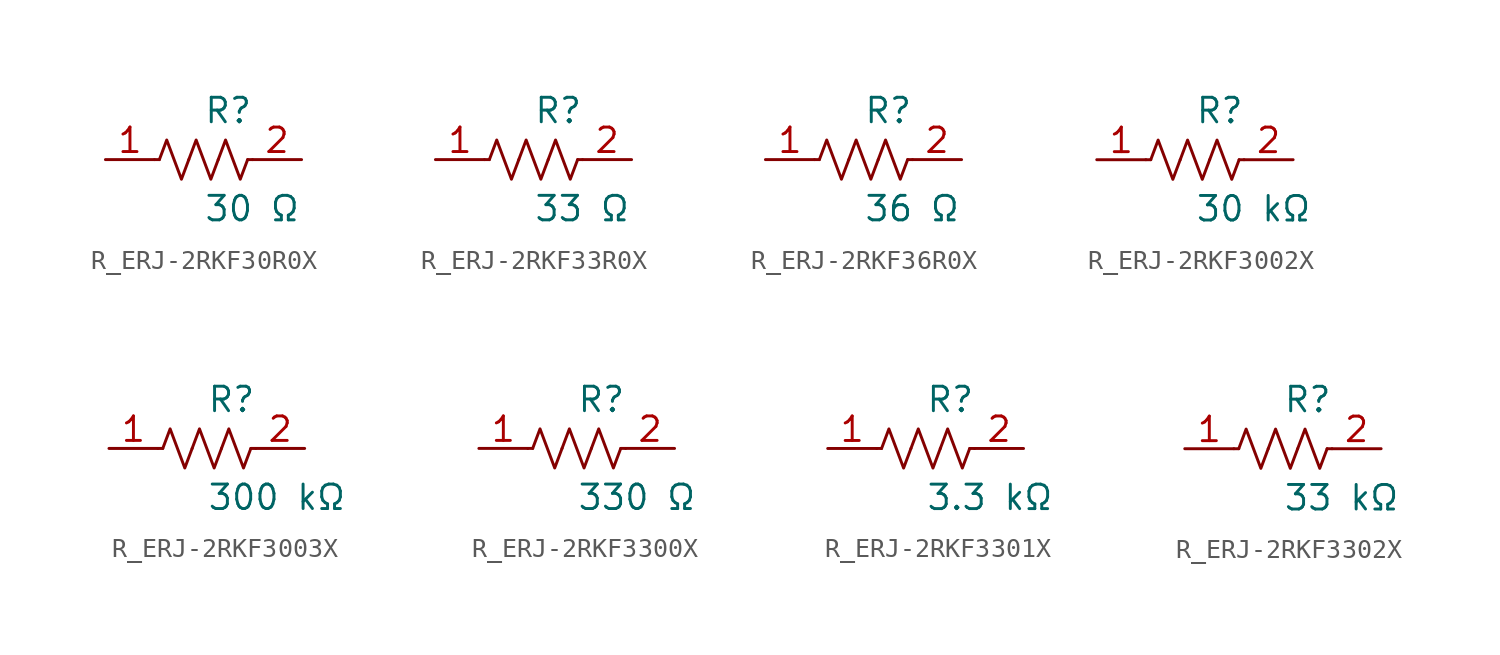
<source format=kicad_sym>
(kicad_symbol_lib
  (version 20231120)
  (generator kicad_symbol_editor)
  (generator_version 8.0)
  (symbol "R_ERJ-2RKF30R0X"
    (pin_names
      (offset 0.254))
    (property "Reference" "R"
      (at 0.0 2.54 0)
      (effects (font (size 1.27 1.27)) (justify left)))
    (property "Value" "30 Ω"
      (at 0.0 -2.54 0)
      (effects (font (size 1.27 1.27)) (justify left)))
    (symbol "R_ERJ-2RKF30R0X_0_1"
      (polyline (pts (xy 2.286 0) (xy 2.54 0)) (stroke (width 0) (type default)) (fill (type none)))
      (polyline (pts (xy -2.286 0) (xy -2.54 0)) (stroke (width 0) (type default)) (fill (type none)))
      (polyline (pts (xy 0.762 0) (xy 1.143 1.016) (xy 1.524 0) (xy 1.905 -1.016) (xy 2.286 0)) (stroke (width 0) (type default)) (fill (type none)))
      (polyline (pts (xy -0.762 0) (xy -0.381 1.016) (xy 0 0) (xy 0.381 -1.016) (xy 0.762 0)) (stroke (width 0) (type default)) (fill (type none)))
      (polyline (pts (xy -2.286 0) (xy -1.905 1.016) (xy -1.524 0) (xy -1.143 -1.016) (xy -0.762 0)) (stroke (width 0) (type default)) (fill (type none))))
    (pin unspecified line
      (at -5.08 0 0)
      (length 2.54)
      (name "" (effects (font (size 1.27 1.27))))
      (number "1" (effects (font (size 1.27 1.27)))))
    (pin unspecified line
      (at 5.08 0 180)
      (length 2.54)
      (name "" (effects (font (size 1.27 1.27))))
      (number "2" (effects (font (size 1.27 1.27))))))
  (symbol "R_ERJ-2RKF33R0X"
    (pin_names
      (offset 0.254))
    (property "Reference" "R"
      (at 0.0 2.54 0)
      (effects (font (size 1.27 1.27)) (justify left)))
    (property "Value" "33 Ω"
      (at 0.0 -2.54 0)
      (effects (font (size 1.27 1.27)) (justify left)))
    (symbol "R_ERJ-2RKF33R0X_0_1"
      (polyline (pts (xy 2.286 0) (xy 2.54 0)) (stroke (width 0) (type default)) (fill (type none)))
      (polyline (pts (xy -2.286 0) (xy -2.54 0)) (stroke (width 0) (type default)) (fill (type none)))
      (polyline (pts (xy 0.762 0) (xy 1.143 1.016) (xy 1.524 0) (xy 1.905 -1.016) (xy 2.286 0)) (stroke (width 0) (type default)) (fill (type none)))
      (polyline (pts (xy -0.762 0) (xy -0.381 1.016) (xy 0 0) (xy 0.381 -1.016) (xy 0.762 0)) (stroke (width 0) (type default)) (fill (type none)))
      (polyline (pts (xy -2.286 0) (xy -1.905 1.016) (xy -1.524 0) (xy -1.143 -1.016) (xy -0.762 0)) (stroke (width 0) (type default)) (fill (type none))))
    (pin unspecified line
      (at -5.08 0 0)
      (length 2.54)
      (name "" (effects (font (size 1.27 1.27))))
      (number "1" (effects (font (size 1.27 1.27)))))
    (pin unspecified line
      (at 5.08 0 180)
      (length 2.54)
      (name "" (effects (font (size 1.27 1.27))))
      (number "2" (effects (font (size 1.27 1.27))))))
  (symbol "R_ERJ-2RKF36R0X"
    (pin_names
      (offset 0.254))
    (property "Reference" "R"
      (at 0.0 2.54 0)
      (effects (font (size 1.27 1.27)) (justify left)))
    (property "Value" "36 Ω"
      (at 0.0 -2.54 0)
      (effects (font (size 1.27 1.27)) (justify left)))
    (symbol "R_ERJ-2RKF36R0X_0_1"
      (polyline (pts (xy 2.286 0) (xy 2.54 0)) (stroke (width 0) (type default)) (fill (type none)))
      (polyline (pts (xy -2.286 0) (xy -2.54 0)) (stroke (width 0) (type default)) (fill (type none)))
      (polyline (pts (xy 0.762 0) (xy 1.143 1.016) (xy 1.524 0) (xy 1.905 -1.016) (xy 2.286 0)) (stroke (width 0) (type default)) (fill (type none)))
      (polyline (pts (xy -0.762 0) (xy -0.381 1.016) (xy 0 0) (xy 0.381 -1.016) (xy 0.762 0)) (stroke (width 0) (type default)) (fill (type none)))
      (polyline (pts (xy -2.286 0) (xy -1.905 1.016) (xy -1.524 0) (xy -1.143 -1.016) (xy -0.762 0)) (stroke (width 0) (type default)) (fill (type none))))
    (pin unspecified line
      (at -5.08 0 0)
      (length 2.54)
      (name "" (effects (font (size 1.27 1.27))))
      (number "1" (effects (font (size 1.27 1.27)))))
    (pin unspecified line
      (at 5.08 0 180)
      (length 2.54)
      (name "" (effects (font (size 1.27 1.27))))
      (number "2" (effects (font (size 1.27 1.27))))))
  (symbol "R_ERJ-2RKF3002X"
    (pin_names
      (offset 0.254))
    (property "Reference" "R"
      (at 0.0 2.54 0)
      (effects (font (size 1.27 1.27)) (justify left)))
    (property "Value" "30 kΩ"
      (at 0.0 -2.54 0)
      (effects (font (size 1.27 1.27)) (justify left)))
    (symbol "R_ERJ-2RKF3002X_0_1"
      (polyline (pts (xy 2.286 0) (xy 2.54 0)) (stroke (width 0) (type default)) (fill (type none)))
      (polyline (pts (xy -2.286 0) (xy -2.54 0)) (stroke (width 0) (type default)) (fill (type none)))
      (polyline (pts (xy 0.762 0) (xy 1.143 1.016) (xy 1.524 0) (xy 1.905 -1.016) (xy 2.286 0)) (stroke (width 0) (type default)) (fill (type none)))
      (polyline (pts (xy -0.762 0) (xy -0.381 1.016) (xy 0 0) (xy 0.381 -1.016) (xy 0.762 0)) (stroke (width 0) (type default)) (fill (type none)))
      (polyline (pts (xy -2.286 0) (xy -1.905 1.016) (xy -1.524 0) (xy -1.143 -1.016) (xy -0.762 0)) (stroke (width 0) (type default)) (fill (type none))))
    (pin unspecified line
      (at -5.08 0 0)
      (length 2.54)
      (name "" (effects (font (size 1.27 1.27))))
      (number "1" (effects (font (size 1.27 1.27)))))
    (pin unspecified line
      (at 5.08 0 180)
      (length 2.54)
      (name "" (effects (font (size 1.27 1.27))))
      (number "2" (effects (font (size 1.27 1.27))))))
  (symbol "R_ERJ-2RKF3003X"
    (pin_names
      (offset 0.254))
    (property "Reference" "R"
      (at 0.0 2.54 0)
      (effects (font (size 1.27 1.27)) (justify left)))
    (property "Value" "300 kΩ"
      (at 0.0 -2.54 0)
      (effects (font (size 1.27 1.27)) (justify left)))
    (symbol "R_ERJ-2RKF3003X_0_1"
      (polyline (pts (xy 2.286 0) (xy 2.54 0)) (stroke (width 0) (type default)) (fill (type none)))
      (polyline (pts (xy -2.286 0) (xy -2.54 0)) (stroke (width 0) (type default)) (fill (type none)))
      (polyline (pts (xy 0.762 0) (xy 1.143 1.016) (xy 1.524 0) (xy 1.905 -1.016) (xy 2.286 0)) (stroke (width 0) (type default)) (fill (type none)))
      (polyline (pts (xy -0.762 0) (xy -0.381 1.016) (xy 0 0) (xy 0.381 -1.016) (xy 0.762 0)) (stroke (width 0) (type default)) (fill (type none)))
      (polyline (pts (xy -2.286 0) (xy -1.905 1.016) (xy -1.524 0) (xy -1.143 -1.016) (xy -0.762 0)) (stroke (width 0) (type default)) (fill (type none))))
    (pin unspecified line
      (at -5.08 0 0)
      (length 2.54)
      (name "" (effects (font (size 1.27 1.27))))
      (number "1" (effects (font (size 1.27 1.27)))))
    (pin unspecified line
      (at 5.08 0 180)
      (length 2.54)
      (name "" (effects (font (size 1.27 1.27))))
      (number "2" (effects (font (size 1.27 1.27))))))
  (symbol "R_ERJ-2RKF3300X"
    (pin_names
      (offset 0.254))
    (property "Reference" "R"
      (at 0.0 2.54 0)
      (effects (font (size 1.27 1.27)) (justify left)))
    (property "Value" "330 Ω"
      (at 0.0 -2.54 0)
      (effects (font (size 1.27 1.27)) (justify left)))
    (symbol "R_ERJ-2RKF3300X_0_1"
      (polyline (pts (xy 2.286 0) (xy 2.54 0)) (stroke (width 0) (type default)) (fill (type none)))
      (polyline (pts (xy -2.286 0) (xy -2.54 0)) (stroke (width 0) (type default)) (fill (type none)))
      (polyline (pts (xy 0.762 0) (xy 1.143 1.016) (xy 1.524 0) (xy 1.905 -1.016) (xy 2.286 0)) (stroke (width 0) (type default)) (fill (type none)))
      (polyline (pts (xy -0.762 0) (xy -0.381 1.016) (xy 0 0) (xy 0.381 -1.016) (xy 0.762 0)) (stroke (width 0) (type default)) (fill (type none)))
      (polyline (pts (xy -2.286 0) (xy -1.905 1.016) (xy -1.524 0) (xy -1.143 -1.016) (xy -0.762 0)) (stroke (width 0) (type default)) (fill (type none))))
    (pin unspecified line
      (at -5.08 0 0)
      (length 2.54)
      (name "" (effects (font (size 1.27 1.27))))
      (number "1" (effects (font (size 1.27 1.27)))))
    (pin unspecified line
      (at 5.08 0 180)
      (length 2.54)
      (name "" (effects (font (size 1.27 1.27))))
      (number "2" (effects (font (size 1.27 1.27))))))
  (symbol "R_ERJ-2RKF3301X"
    (pin_names
      (offset 0.254))
    (property "Reference" "R"
      (at 0.0 2.54 0)
      (effects (font (size 1.27 1.27)) (justify left)))
    (property "Value" "3.3 kΩ"
      (at 0.0 -2.54 0)
      (effects (font (size 1.27 1.27)) (justify left)))
    (symbol "R_ERJ-2RKF3301X_0_1"
      (polyline (pts (xy 2.286 0) (xy 2.54 0)) (stroke (width 0) (type default)) (fill (type none)))
      (polyline (pts (xy -2.286 0) (xy -2.54 0)) (stroke (width 0) (type default)) (fill (type none)))
      (polyline (pts (xy 0.762 0) (xy 1.143 1.016) (xy 1.524 0) (xy 1.905 -1.016) (xy 2.286 0)) (stroke (width 0) (type default)) (fill (type none)))
      (polyline (pts (xy -0.762 0) (xy -0.381 1.016) (xy 0 0) (xy 0.381 -1.016) (xy 0.762 0)) (stroke (width 0) (type default)) (fill (type none)))
      (polyline (pts (xy -2.286 0) (xy -1.905 1.016) (xy -1.524 0) (xy -1.143 -1.016) (xy -0.762 0)) (stroke (width 0) (type default)) (fill (type none))))
    (pin unspecified line
      (at -5.08 0 0)
      (length 2.54)
      (name "" (effects (font (size 1.27 1.27))))
      (number "1" (effects (font (size 1.27 1.27)))))
    (pin unspecified line
      (at 5.08 0 180)
      (length 2.54)
      (name "" (effects (font (size 1.27 1.27))))
      (number "2" (effects (font (size 1.27 1.27))))))
  (symbol "R_ERJ-2RKF3302X"
    (pin_names
      (offset 0.254))
    (property "Reference" "R"
      (at 0.0 2.54 0)
      (effects (font (size 1.27 1.27)) (justify left)))
    (property "Value" "33 kΩ"
      (at 0.0 -2.54 0)
      (effects (font (size 1.27 1.27)) (justify left)))
    (symbol "R_ERJ-2RKF3302X_0_1"
      (polyline (pts (xy 2.286 0) (xy 2.54 0)) (stroke (width 0) (type default)) (fill (type none)))
      (polyline (pts (xy -2.286 0) (xy -2.54 0)) (stroke (width 0) (type default)) (fill (type none)))
      (polyline (pts (xy 0.762 0) (xy 1.143 1.016) (xy 1.524 0) (xy 1.905 -1.016) (xy 2.286 0)) (stroke (width 0) (type default)) (fill (type none)))
      (polyline (pts (xy -0.762 0) (xy -0.381 1.016) (xy 0 0) (xy 0.381 -1.016) (xy 0.762 0)) (stroke (width 0) (type default)) (fill (type none)))
      (polyline (pts (xy -2.286 0) (xy -1.905 1.016) (xy -1.524 0) (xy -1.143 -1.016) (xy -0.762 0)) (stroke (width 0) (type default)) (fill (type none))))
    (pin unspecified line
      (at -5.08 0 0)
      (length 2.54)
      (name "" (effects (font (size 1.27 1.27))))
      (number "1" (effects (font (size 1.27 1.27)))))
    (pin unspecified line
      (at 5.08 0 180)
      (length 2.54)
      (name "" (effects (font (size 1.27 1.27))))
      (number "2" (effects (font (size 1.27 1.27)))))))
</source>
